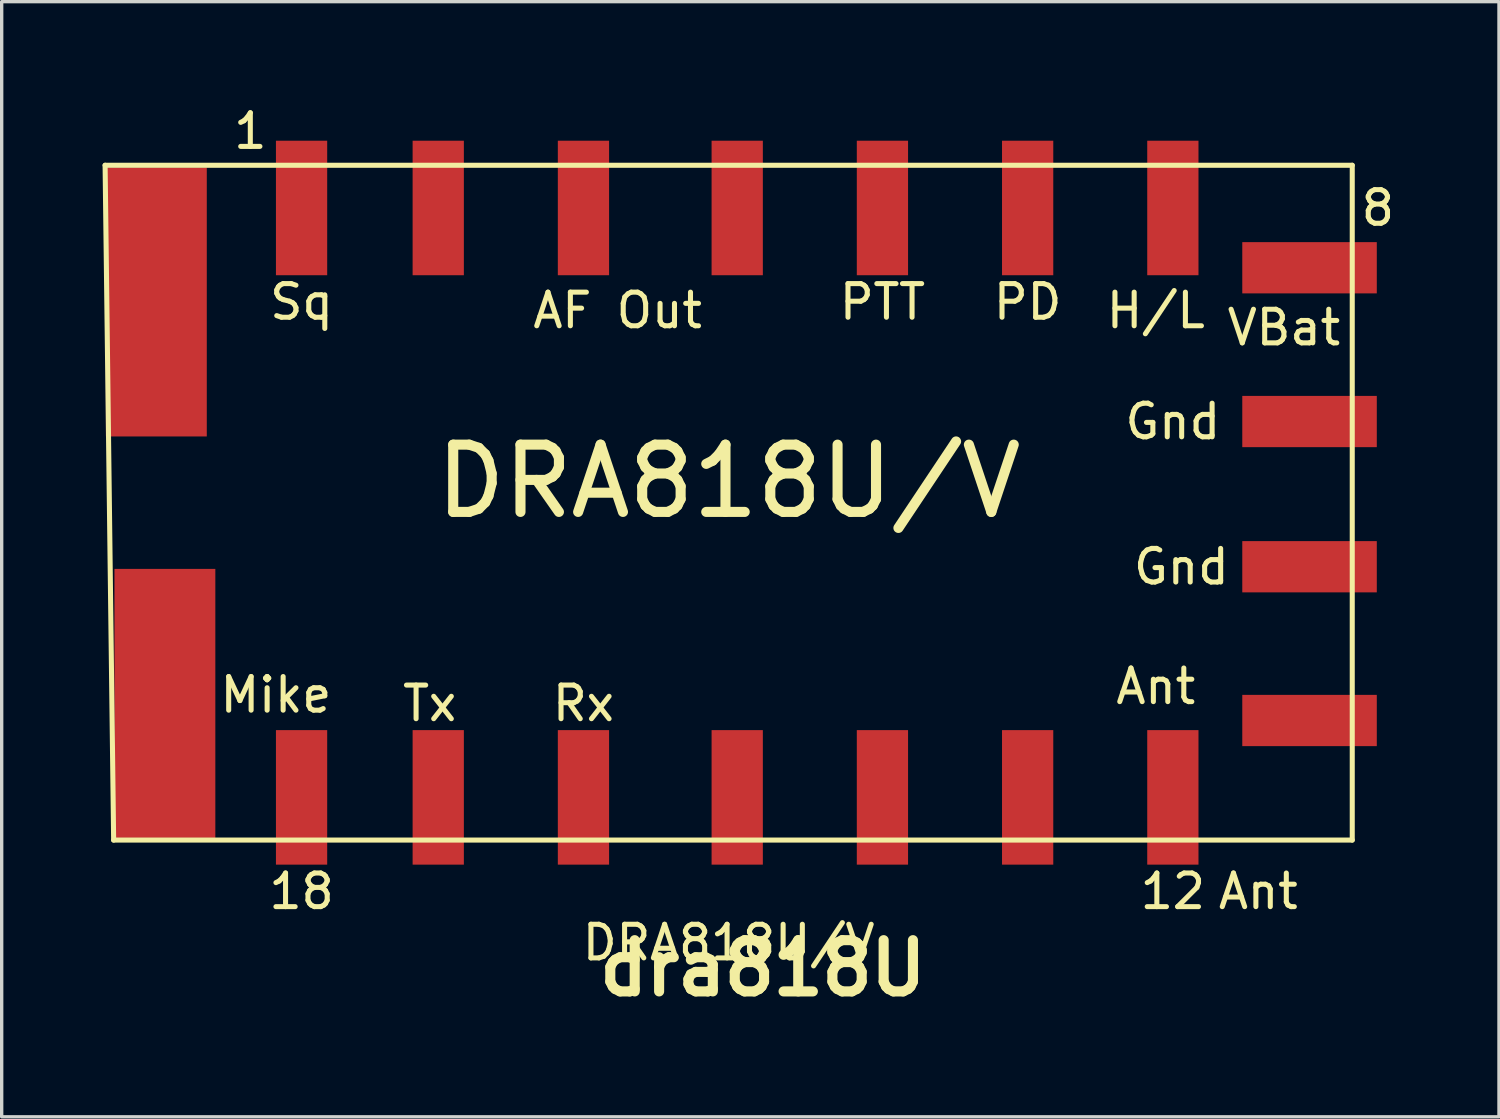
<source format=kicad_pcb>
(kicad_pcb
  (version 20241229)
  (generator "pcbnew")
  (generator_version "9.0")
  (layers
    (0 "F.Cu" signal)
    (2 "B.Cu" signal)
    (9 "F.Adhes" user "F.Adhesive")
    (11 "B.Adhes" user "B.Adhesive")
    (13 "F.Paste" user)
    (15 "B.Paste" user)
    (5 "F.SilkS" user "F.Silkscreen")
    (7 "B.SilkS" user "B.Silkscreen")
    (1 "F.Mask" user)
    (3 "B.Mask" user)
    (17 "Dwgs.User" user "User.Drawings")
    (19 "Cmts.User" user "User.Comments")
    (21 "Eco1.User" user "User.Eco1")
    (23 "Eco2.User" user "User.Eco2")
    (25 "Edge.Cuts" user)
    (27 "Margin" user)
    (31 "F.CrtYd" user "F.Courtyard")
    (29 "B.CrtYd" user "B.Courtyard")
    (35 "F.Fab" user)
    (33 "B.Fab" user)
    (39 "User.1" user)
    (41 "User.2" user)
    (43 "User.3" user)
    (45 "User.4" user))
  (footprint "dra818U"
    (layer "F.Cu")
    (at 18.617 11.77)
    (property "Reference" "dra818U" (at 1.016 13.97 0) (layer "F.SilkS") (effects (font (size 1.524 1.524) (thickness 0.3))))
    (attr through_hole)
    (fp_line (start -18.542 -9.906) (end 18.542 -9.906) (stroke (width 0.15) (type solid)) (layer "F.SilkS"))
    (fp_line (start -18.288 10.16) (end -18.542 -9.906) (stroke (width 0.15) (type solid)) (layer "F.SilkS"))
    (fp_line (start 18.542 -9.906) (end 18.542 10.16) (stroke (width 0.15) (type solid)) (layer "F.SilkS"))
    (fp_line (start 18.542 10.16) (end -18.288 10.16) (stroke (width 0.15) (type solid)) (layer "F.SilkS"))
    (fp_text user "Rx" (at -4.318 6.096 0) (layer "F.SilkS") (effects (font (size 1 1) (thickness 0.15))))
    (fp_text user "18" (at -12.7 11.684 0) (layer "F.SilkS") (effects (font (size 1 1) (thickness 0.15))))
    (fp_text user "12" (at 13.208 11.684 0) (layer "F.SilkS") (effects (font (size 1 1) (thickness 0.15))))
    (fp_text user "Sq" (at -12.7 -5.842 0) (layer "F.SilkS") (effects (font (size 1 1) (thickness 0.15))))
    (fp_text user "1" (at -14.224 -10.922 0) (layer "F.SilkS") (effects (font (size 1 1) (thickness 0.15))))
    (fp_text user "DRA818U/V" (at 0 13.208 0) (layer "F.SilkS") (effects (font (size 1 1) (thickness 0.15))))
    (fp_text user "Ant" (at 15.748 11.684 0) (layer "F.SilkS") (effects (font (size 1 1) (thickness 0.15))))
    (fp_text user "Gnd" (at 13.208 -2.286 0) (layer "F.SilkS") (effects (font (size 1 1) (thickness 0.15))))
    (fp_text user "VBat" (at 16.51 -5.08 0) (layer "F.SilkS") (effects (font (size 1 1) (thickness 0.15))))
    (fp_text user "Mike" (at -13.462 5.842 0) (layer "F.SilkS") (effects (font (size 1 1) (thickness 0.15))))
    (fp_text user "8" (at 19.304 -8.636 0) (layer "F.SilkS") (effects (font (size 1 1) (thickness 0.15))))
    (fp_text user "AF Out" (at -3.302 -5.588 0) (layer "F.SilkS") (effects (font (size 1 1) (thickness 0.15))))
    (fp_text user "H/L" (at 12.7 -5.588 0) (layer "F.SilkS") (effects (font (size 1 1) (thickness 0.15))))
    (fp_text user "Gnd" (at 13.462 2.032 0) (layer "F.SilkS") (effects (font (size 1 1) (thickness 0.15))))
    (fp_text user "PTT" (at 4.572 -5.842 0) (layer "F.SilkS") (effects (font (size 1 1) (thickness 0.15))))
    (fp_text user "Ant" (at 12.7 5.588 0) (layer "F.SilkS") (effects (font (size 1 1) (thickness 0.15))))
    (fp_text user "PD" (at 8.89 -5.842 0) (layer "F.SilkS") (effects (font (size 1 1) (thickness 0.15))))
    (fp_text user "Tx" (at -8.89 6.096 0) (layer "F.SilkS") (effects (font (size 1 1) (thickness 0.15))))
    (fp_text user "DRA818U/V" (at 0 -0.508 0) (layer "F.SilkS") (effects (font (size 2 2) (thickness 0.3))))
    (pad "" smd rect (at -17.018 -5.842) (size 3 8) (layers "F.Cu" "F.Mask" "F.Paste"))
    (pad "" smd rect (at -16.764 6.096) (size 3 8) (layers "F.Cu" "F.Mask" "F.Paste"))
    (pad "1" smd rect (at -12.7 -8.636) (size 1.524 4) (layers "F.Cu" "F.Mask" "F.Paste"))
    (pad "2" smd rect (at -8.636 -8.636) (size 1.524 4) (layers "F.Cu" "F.Mask" "F.Paste"))
    (pad "3" smd rect (at -4.318 -8.636) (size 1.524 4) (layers "F.Cu" "F.Mask" "F.Paste"))
    (pad "4" smd rect (at 0.254 -8.636) (size 1.524 4) (layers "F.Cu" "F.Mask" "F.Paste"))
    (pad "5" smd rect (at 4.572 -8.636) (size 1.524 4) (layers "F.Cu" "F.Mask" "F.Paste"))
    (pad "6" smd rect (at 8.89 -8.636) (size 1.524 4) (layers "F.Cu" "F.Mask" "F.Paste"))
    (pad "7" smd rect (at 13.208 -8.636) (size 1.524 4) (layers "F.Cu" "F.Mask" "F.Paste"))
    (pad "8" smd rect (at 17.272 -6.858) (size 4 1.524) (layers "F.Cu" "F.Mask" "F.Paste"))
    (pad "9" smd rect (at 17.272 -2.286) (size 4 1.524) (layers "F.Cu" "F.Mask" "F.Paste"))
    (pad "10" smd rect (at 17.272 2.032) (size 4 1.524) (layers "F.Cu" "F.Mask" "F.Paste"))
    (pad "11" smd rect (at 17.272 6.604) (size 4 1.524) (layers "F.Cu" "F.Mask" "F.Paste"))
    (pad "12" smd rect (at 13.208 8.89) (size 1.524 4) (layers "F.Cu" "F.Mask" "F.Paste"))
    (pad "13" smd rect (at 8.89 8.89) (size 1.524 4) (layers "F.Cu" "F.Mask" "F.Paste"))
    (pad "14" smd rect (at 4.572 8.89) (size 1.524 4) (layers "F.Cu" "F.Mask" "F.Paste"))
    (pad "15" smd rect (at 0.254 8.89) (size 1.524 4) (layers "F.Cu" "F.Mask" "F.Paste"))
    (pad "16" smd rect (at -4.318 8.89) (size 1.524 4) (layers "F.Cu" "F.Mask" "F.Paste"))
    (pad "17" smd rect (at -8.636 8.89) (size 1.524 4) (layers "F.Cu" "F.Mask" "F.Paste"))
    (pad "18" smd rect (at -12.7 8.89) (size 1.524 4) (layers "F.Cu" "F.Mask" "F.Paste")))
  (gr_rect
    (start -3 -3)
    (end 41.522 30.158)
    (stroke (width 0.1) (type default))
    (fill no)
    (layer "Edge.Cuts")))
</source>
